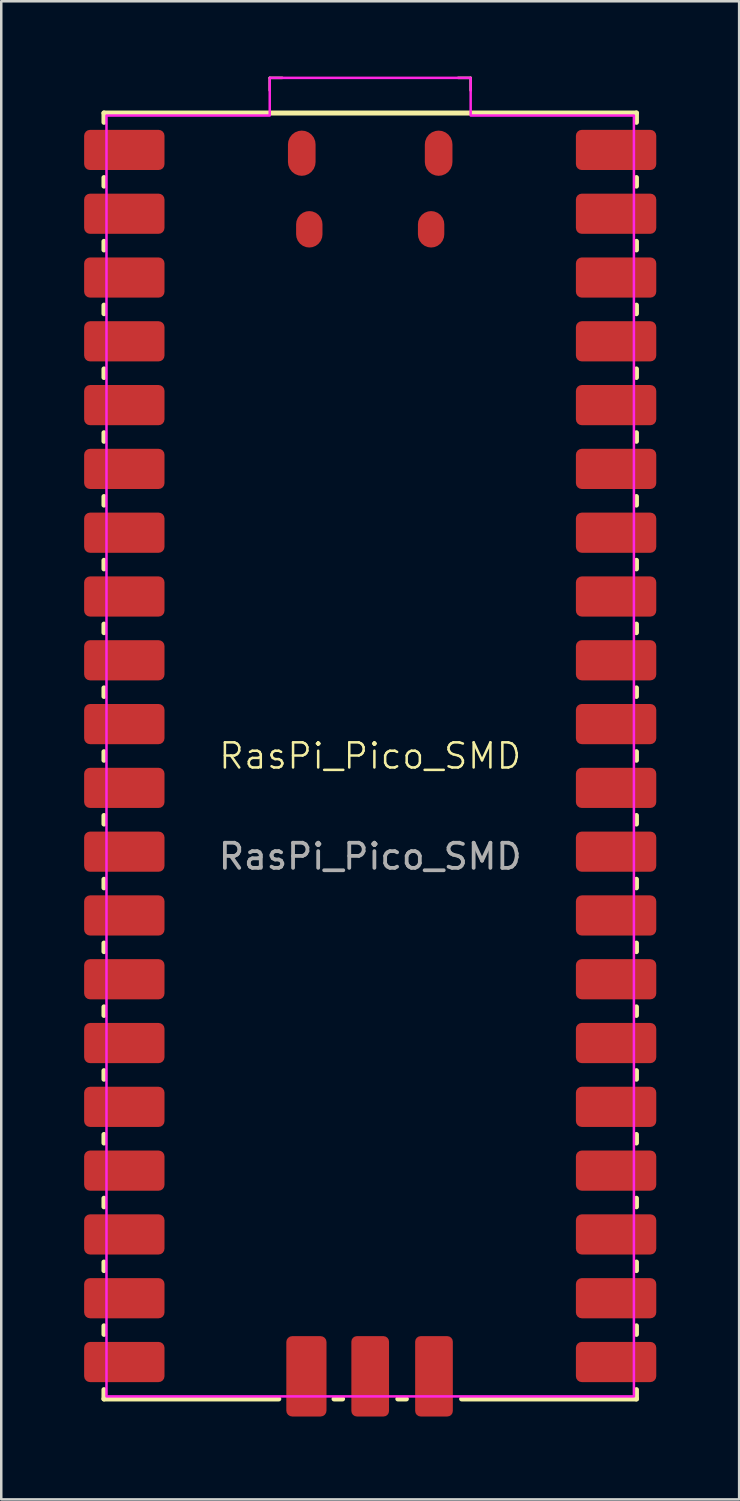
<source format=kicad_pcb>
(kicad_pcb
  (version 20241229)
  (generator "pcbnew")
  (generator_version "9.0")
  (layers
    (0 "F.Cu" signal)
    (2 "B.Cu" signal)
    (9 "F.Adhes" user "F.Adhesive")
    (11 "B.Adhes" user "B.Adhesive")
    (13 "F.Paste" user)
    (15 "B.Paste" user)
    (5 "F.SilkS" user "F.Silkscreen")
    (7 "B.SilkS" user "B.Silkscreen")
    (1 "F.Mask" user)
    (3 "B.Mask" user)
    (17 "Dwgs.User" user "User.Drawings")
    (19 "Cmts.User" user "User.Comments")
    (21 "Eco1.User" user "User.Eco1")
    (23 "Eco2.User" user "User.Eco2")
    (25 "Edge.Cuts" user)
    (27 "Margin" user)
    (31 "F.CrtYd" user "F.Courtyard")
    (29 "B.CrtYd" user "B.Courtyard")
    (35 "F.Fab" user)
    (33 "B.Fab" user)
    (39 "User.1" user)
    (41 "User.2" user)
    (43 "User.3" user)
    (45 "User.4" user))
  (footprint "RasPi_Pico_SMD"
    (layer "F.Cu")
    (at 11.69 27.05)
    (property "Reference" "RasPi_Pico_SMD" (at 0 0 0) (unlocked yes) (layer "F.SilkS") (effects (font (size 1 1) (thickness 0.1))))
    (attr through_hole)
    (fp_line (start -10.6 -25.6) (end 10.6 -25.6) (stroke (width 0.2) (type solid)) (layer "F.SilkS"))
    (fp_line (start -10.6 -25.23) (end -10.6 -25.6) (stroke (width 0.2) (type solid)) (layer "F.SilkS"))
    (fp_line (start -10.6 -22.69) (end -10.6 -23.03) (stroke (width 0.2) (type solid)) (layer "F.SilkS"))
    (fp_line (start -10.6 -20.15) (end -10.6 -20.49) (stroke (width 0.2) (type solid)) (layer "F.SilkS"))
    (fp_line (start -10.6 -17.61) (end -10.6 -17.95) (stroke (width 0.2) (type solid)) (layer "F.SilkS"))
    (fp_line (start -10.6 -15.07) (end -10.6 -15.41) (stroke (width 0.2) (type solid)) (layer "F.SilkS"))
    (fp_line (start -10.6 -12.53) (end -10.6 -12.87) (stroke (width 0.2) (type solid)) (layer "F.SilkS"))
    (fp_line (start -10.6 -9.99) (end -10.6 -10.33) (stroke (width 0.2) (type solid)) (layer "F.SilkS"))
    (fp_line (start -10.6 -7.45) (end -10.6 -7.79) (stroke (width 0.2) (type solid)) (layer "F.SilkS"))
    (fp_line (start -10.6 -4.91) (end -10.6 -5.25) (stroke (width 0.2) (type solid)) (layer "F.SilkS"))
    (fp_line (start -10.6 -2.37) (end -10.6 -2.71) (stroke (width 0.2) (type solid)) (layer "F.SilkS"))
    (fp_line (start -10.6 0.17) (end -10.6 -0.17) (stroke (width 0.2) (type solid)) (layer "F.SilkS"))
    (fp_line (start -10.6 2.71) (end -10.6 2.37) (stroke (width 0.2) (type solid)) (layer "F.SilkS"))
    (fp_line (start -10.6 5.25) (end -10.6 4.91) (stroke (width 0.2) (type solid)) (layer "F.SilkS"))
    (fp_line (start -10.6 7.79) (end -10.6 7.45) (stroke (width 0.2) (type solid)) (layer "F.SilkS"))
    (fp_line (start -10.6 10.33) (end -10.6 9.99) (stroke (width 0.2) (type solid)) (layer "F.SilkS"))
    (fp_line (start -10.6 12.87) (end -10.6 12.53) (stroke (width 0.2) (type solid)) (layer "F.SilkS"))
    (fp_line (start -10.6 15.41) (end -10.6 15.07) (stroke (width 0.2) (type solid)) (layer "F.SilkS"))
    (fp_line (start -10.6 17.95) (end -10.6 17.61) (stroke (width 0.2) (type solid)) (layer "F.SilkS"))
    (fp_line (start -10.6 20.49) (end -10.6 20.15) (stroke (width 0.2) (type solid)) (layer "F.SilkS"))
    (fp_line (start -10.6 23.03) (end -10.6 22.69) (stroke (width 0.2) (type solid)) (layer "F.SilkS"))
    (fp_line (start -10.6 25.23) (end -10.6 25.6) (stroke (width 0.2) (type solid)) (layer "F.SilkS"))
    (fp_line (start -4 -26.5) (end -4 -27) (stroke (width 0.1) (type default)) (layer "F.SilkS"))
    (fp_line (start -3.64 25.6) (end -10.6 25.6) (stroke (width 0.2) (type solid)) (layer "F.SilkS"))
    (fp_line (start -3.5 -27) (end -4 -27) (stroke (width 0.1) (type default)) (layer "F.SilkS"))
    (fp_line (start -1.1 25.6) (end -1.44 25.6) (stroke (width 0.2) (type solid)) (layer "F.SilkS"))
    (fp_line (start 1.44 25.6) (end 1.1 25.6) (stroke (width 0.2) (type solid)) (layer "F.SilkS"))
    (fp_line (start 4 -27) (end 3.5 -27) (stroke (width 0.1) (type default)) (layer "F.SilkS"))
    (fp_line (start 4 -26.5) (end 4 -27) (stroke (width 0.1) (type default)) (layer "F.SilkS"))
    (fp_line (start 10.6 -25.23) (end 10.6 -25.6) (stroke (width 0.2) (type solid)) (layer "F.SilkS"))
    (fp_line (start 10.6 -23.03) (end 10.6 -22.69) (stroke (width 0.2) (type solid)) (layer "F.SilkS"))
    (fp_line (start 10.6 -20.49) (end 10.6 -20.15) (stroke (width 0.2) (type solid)) (layer "F.SilkS"))
    (fp_line (start 10.6 -17.95) (end 10.6 -17.61) (stroke (width 0.2) (type solid)) (layer "F.SilkS"))
    (fp_line (start 10.6 -15.41) (end 10.6 -15.07) (stroke (width 0.2) (type solid)) (layer "F.SilkS"))
    (fp_line (start 10.6 -12.87) (end 10.6 -12.53) (stroke (width 0.2) (type solid)) (layer "F.SilkS"))
    (fp_line (start 10.6 -10.33) (end 10.6 -9.99) (stroke (width 0.2) (type solid)) (layer "F.SilkS"))
    (fp_line (start 10.6 -7.79) (end 10.6 -7.45) (stroke (width 0.2) (type solid)) (layer "F.SilkS"))
    (fp_line (start 10.6 -5.25) (end 10.6 -4.91) (stroke (width 0.2) (type solid)) (layer "F.SilkS"))
    (fp_line (start 10.6 -2.71) (end 10.6 -2.37) (stroke (width 0.2) (type solid)) (layer "F.SilkS"))
    (fp_line (start 10.6 -0.17) (end 10.6 0.17) (stroke (width 0.2) (type solid)) (layer "F.SilkS"))
    (fp_line (start 10.6 2.37) (end 10.6 2.71) (stroke (width 0.2) (type solid)) (layer "F.SilkS"))
    (fp_line (start 10.6 4.91) (end 10.6 5.25) (stroke (width 0.2) (type solid)) (layer "F.SilkS"))
    (fp_line (start 10.6 7.45) (end 10.6 7.79) (stroke (width 0.2) (type solid)) (layer "F.SilkS"))
    (fp_line (start 10.6 9.99) (end 10.6 10.33) (stroke (width 0.2) (type solid)) (layer "F.SilkS"))
    (fp_line (start 10.6 12.53) (end 10.6 12.87) (stroke (width 0.2) (type solid)) (layer "F.SilkS"))
    (fp_line (start 10.6 15.07) (end 10.6 15.41) (stroke (width 0.2) (type solid)) (layer "F.SilkS"))
    (fp_line (start 10.6 17.61) (end 10.6 17.95) (stroke (width 0.2) (type solid)) (layer "F.SilkS"))
    (fp_line (start 10.6 20.15) (end 10.6 20.49) (stroke (width 0.2) (type solid)) (layer "F.SilkS"))
    (fp_line (start 10.6 22.69) (end 10.6 23.03) (stroke (width 0.2) (type solid)) (layer "F.SilkS"))
    (fp_line (start 10.6 25.23) (end 10.6 25.6) (stroke (width 0.2) (type solid)) (layer "F.SilkS"))
    (fp_line (start 10.6 25.6) (end 3.64 25.6) (stroke (width 0.2) (type solid)) (layer "F.SilkS"))
    (fp_rect (start -11.69 -25.23) (end -7.89 -23.03) (stroke (width 0) (type solid)) (fill yes) (layer "F.Paste"))
    (fp_rect (start -11.69 -22.69) (end -7.89 -20.49) (stroke (width 0) (type solid)) (fill yes) (layer "F.Paste"))
    (fp_rect (start -11.69 -20.15) (end -7.89 -17.95) (stroke (width 0) (type solid)) (fill yes) (layer "F.Paste"))
    (fp_rect (start -11.69 -17.61) (end -7.89 -15.41) (stroke (width 0) (type solid)) (fill yes) (layer "F.Paste"))
    (fp_rect (start -11.69 -15.07) (end -7.89 -12.87) (stroke (width 0) (type solid)) (fill yes) (layer "F.Paste"))
    (fp_rect (start -11.69 -12.53) (end -7.89 -10.33) (stroke (width 0) (type solid)) (fill yes) (layer "F.Paste"))
    (fp_rect (start -11.69 -9.99) (end -7.89 -7.79) (stroke (width 0) (type solid)) (fill yes) (layer "F.Paste"))
    (fp_rect (start -11.69 -7.45) (end -7.89 -5.25) (stroke (width 0) (type solid)) (fill yes) (layer "F.Paste"))
    (fp_rect (start -11.69 -4.91) (end -7.89 -2.71) (stroke (width 0) (type solid)) (fill yes) (layer "F.Paste"))
    (fp_rect (start -11.69 -2.37) (end -7.89 -0.17) (stroke (width 0) (type solid)) (fill yes) (layer "F.Paste"))
    (fp_rect (start -11.69 0.17) (end -7.89 2.37) (stroke (width 0) (type solid)) (fill yes) (layer "F.Paste"))
    (fp_rect (start -11.69 2.71) (end -7.89 4.91) (stroke (width 0) (type solid)) (fill yes) (layer "F.Paste"))
    (fp_rect (start -11.69 5.25) (end -7.89 7.45) (stroke (width 0) (type solid)) (fill yes) (layer "F.Paste"))
    (fp_rect (start -11.69 7.79) (end -7.89 9.99) (stroke (width 0) (type solid)) (fill yes) (layer "F.Paste"))
    (fp_rect (start -11.69 10.33) (end -7.89 12.53) (stroke (width 0) (type solid)) (fill yes) (layer "F.Paste"))
    (fp_rect (start -11.69 12.87) (end -7.89 15.07) (stroke (width 0) (type solid)) (fill yes) (layer "F.Paste"))
    (fp_rect (start -11.69 15.41) (end -7.89 17.61) (stroke (width 0) (type solid)) (fill yes) (layer "F.Paste"))
    (fp_rect (start -11.69 17.95) (end -7.89 20.15) (stroke (width 0) (type solid)) (fill yes) (layer "F.Paste"))
    (fp_rect (start -11.69 20.49) (end -7.89 22.69) (stroke (width 0) (type solid)) (fill yes) (layer "F.Paste"))
    (fp_rect (start -11.69 23.03) (end -7.89 25.23) (stroke (width 0) (type solid)) (fill yes) (layer "F.Paste"))
    (fp_rect (start -3.64 22.8) (end -1.44 26.6) (stroke (width 0) (type solid)) (fill yes) (layer "F.Paste"))
    (fp_rect (start -1.1 22.8) (end 1.1 26.6) (stroke (width 0) (type solid)) (fill yes) (layer "F.Paste"))
    (fp_rect (start 1.44 22.8) (end 3.64 26.6) (stroke (width 0) (type solid)) (fill yes) (layer "F.Paste"))
    (fp_rect (start 7.89 -25.23) (end 11.69 -23.03) (stroke (width 0) (type solid)) (fill yes) (layer "F.Paste"))
    (fp_rect (start 7.89 -22.69) (end 11.69 -20.49) (stroke (width 0) (type solid)) (fill yes) (layer "F.Paste"))
    (fp_rect (start 7.89 -20.15) (end 11.69 -17.95) (stroke (width 0) (type solid)) (fill yes) (layer "F.Paste"))
    (fp_rect (start 7.89 -17.61) (end 11.69 -15.41) (stroke (width 0) (type solid)) (fill yes) (layer "F.Paste"))
    (fp_rect (start 7.89 -15.07) (end 11.69 -12.87) (stroke (width 0) (type solid)) (fill yes) (layer "F.Paste"))
    (fp_rect (start 7.89 -12.53) (end 11.69 -10.33) (stroke (width 0) (type solid)) (fill yes) (layer "F.Paste"))
    (fp_rect (start 7.89 -9.99) (end 11.69 -7.79) (stroke (width 0) (type solid)) (fill yes) (layer "F.Paste"))
    (fp_rect (start 7.89 -7.45) (end 11.69 -5.25) (stroke (width 0) (type solid)) (fill yes) (layer "F.Paste"))
    (fp_rect (start 7.89 -4.91) (end 11.69 -2.71) (stroke (width 0) (type solid)) (fill yes) (layer "F.Paste"))
    (fp_rect (start 7.89 -2.37) (end 11.69 -0.17) (stroke (width 0) (type solid)) (fill yes) (layer "F.Paste"))
    (fp_rect (start 7.89 0.17) (end 11.69 2.37) (stroke (width 0) (type solid)) (fill yes) (layer "F.Paste"))
    (fp_rect (start 7.89 2.71) (end 11.69 4.91) (stroke (width 0) (type solid)) (fill yes) (layer "F.Paste"))
    (fp_rect (start 7.89 5.25) (end 11.69 7.45) (stroke (width 0) (type solid)) (fill yes) (layer "F.Paste"))
    (fp_rect (start 7.89 7.79) (end 11.69 9.99) (stroke (width 0) (type solid)) (fill yes) (layer "F.Paste"))
    (fp_rect (start 7.89 10.33) (end 11.69 12.53) (stroke (width 0) (type solid)) (fill yes) (layer "F.Paste"))
    (fp_rect (start 7.89 12.87) (end 11.69 15.07) (stroke (width 0) (type solid)) (fill yes) (layer "F.Paste"))
    (fp_rect (start 7.89 15.41) (end 11.69 17.61) (stroke (width 0) (type solid)) (fill yes) (layer "F.Paste"))
    (fp_rect (start 7.89 17.95) (end 11.69 20.15) (stroke (width 0) (type solid)) (fill yes) (layer "F.Paste"))
    (fp_rect (start 7.89 20.49) (end 11.69 22.69) (stroke (width 0) (type solid)) (fill yes) (layer "F.Paste"))
    (fp_rect (start 7.89 23.03) (end 11.69 25.23) (stroke (width 0) (type solid)) (fill yes) (layer "F.Paste"))
    (fp_poly (pts (xy 10.5 25.5) (xy -10.5 25.5) (xy -10.5 -25.5) (xy -4 -25.5) (xy -4 -27) (xy 4 -27) (xy 4 -25.5) (xy 10.5 -25.5)) (stroke (width 0.1) (type solid)) (fill no) (layer "F.CrtYd"))
    (fp_text user "${REFERENCE}" (at 0 4 0) (unlocked yes) (layer "F.Fab") (effects (font (size 1 1) (thickness 0.15))))
    (pad "" smd roundrect (at -2.725 -24) (size 1.1 1.8) (layers "F.Cu" "F.Mask") (roundrect_rratio 0.5))
    (pad "" smd roundrect (at -2.425 -20.97) (size 1.05 1.45) (layers "F.Cu" "F.Mask") (roundrect_rratio 0.5))
    (pad "" smd roundrect (at 2.425 -20.97) (size 1.05 1.45) (layers "F.Cu" "F.Mask") (roundrect_rratio 0.5))
    (pad "" smd roundrect (at 2.725 -24) (size 1.1 1.8) (layers "F.Cu" "F.Mask") (roundrect_rratio 0.5))
    (pad "1" smd roundrect (at -9.79 -24.13) (size 3.2 1.6) (layers "F.Cu" "F.Mask" "F.Paste") (roundrect_rratio 0.147))
    (pad "2" smd roundrect (at -9.79 -21.59) (size 3.2 1.6) (layers "F.Cu" "F.Mask" "F.Paste") (roundrect_rratio 0.147))
    (pad "3" smd roundrect (at -9.79 -19.05) (size 3.2 1.6) (layers "F.Cu" "F.Mask" "F.Paste") (roundrect_rratio 0.147))
    (pad "4" smd roundrect (at -9.79 -16.51) (size 3.2 1.6) (layers "F.Cu" "F.Mask" "F.Paste") (roundrect_rratio 0.147))
    (pad "5" smd roundrect (at -9.79 -13.97) (size 3.2 1.6) (layers "F.Cu" "F.Mask" "F.Paste") (roundrect_rratio 0.147))
    (pad "6" smd roundrect (at -9.79 -11.43) (size 3.2 1.6) (layers "F.Cu" "F.Mask" "F.Paste") (roundrect_rratio 0.147))
    (pad "7" smd roundrect (at -9.79 -8.89) (size 3.2 1.6) (layers "F.Cu" "F.Mask" "F.Paste") (roundrect_rratio 0.147))
    (pad "8" smd roundrect (at -9.79 -6.35) (size 3.2 1.6) (layers "F.Cu" "F.Mask" "F.Paste") (roundrect_rratio 0.147))
    (pad "9" smd roundrect (at -9.79 -3.81) (size 3.2 1.6) (layers "F.Cu" "F.Mask" "F.Paste") (roundrect_rratio 0.147))
    (pad "10" smd roundrect (at -9.79 -1.27) (size 3.2 1.6) (layers "F.Cu" "F.Mask" "F.Paste") (roundrect_rratio 0.147))
    (pad "11" smd roundrect (at -9.79 1.27) (size 3.2 1.6) (layers "F.Cu" "F.Mask" "F.Paste") (roundrect_rratio 0.147))
    (pad "12" smd roundrect (at -9.79 3.81) (size 3.2 1.6) (layers "F.Cu" "F.Mask" "F.Paste") (roundrect_rratio 0.147))
    (pad "13" smd roundrect (at -9.79 6.35) (size 3.2 1.6) (layers "F.Cu" "F.Mask" "F.Paste") (roundrect_rratio 0.147))
    (pad "14" smd roundrect (at -9.79 8.89) (size 3.2 1.6) (layers "F.Cu" "F.Mask" "F.Paste") (roundrect_rratio 0.147))
    (pad "15" smd roundrect (at -9.79 11.43) (size 3.2 1.6) (layers "F.Cu" "F.Mask" "F.Paste") (roundrect_rratio 0.147))
    (pad "16" smd roundrect (at -9.79 13.97) (size 3.2 1.6) (layers "F.Cu" "F.Mask" "F.Paste") (roundrect_rratio 0.147))
    (pad "17" smd roundrect (at -9.79 16.51) (size 3.2 1.6) (layers "F.Cu" "F.Mask" "F.Paste") (roundrect_rratio 0.147))
    (pad "18" smd roundrect (at -9.79 19.05) (size 3.2 1.6) (layers "F.Cu" "F.Mask" "F.Paste") (roundrect_rratio 0.147))
    (pad "19" smd roundrect (at -9.79 21.59) (size 3.2 1.6) (layers "F.Cu" "F.Mask" "F.Paste") (roundrect_rratio 0.147))
    (pad "20" smd roundrect (at -9.79 24.13) (size 3.2 1.6) (layers "F.Cu" "F.Mask" "F.Paste") (roundrect_rratio 0.147))
    (pad "21" smd roundrect (at 9.79 24.13) (size 3.2 1.6) (layers "F.Cu" "F.Mask" "F.Paste") (roundrect_rratio 0.147))
    (pad "22" smd roundrect (at 9.79 21.59) (size 3.2 1.6) (layers "F.Cu" "F.Mask" "F.Paste") (roundrect_rratio 0.147))
    (pad "23" smd roundrect (at 9.79 19.05) (size 3.2 1.6) (layers "F.Cu" "F.Mask" "F.Paste") (roundrect_rratio 0.147))
    (pad "24" smd roundrect (at 9.79 16.51) (size 3.2 1.6) (layers "F.Cu" "F.Mask" "F.Paste") (roundrect_rratio 0.147))
    (pad "25" smd roundrect (at 9.79 13.97) (size 3.2 1.6) (layers "F.Cu" "F.Mask" "F.Paste") (roundrect_rratio 0.147))
    (pad "26" smd roundrect (at 9.79 11.43) (size 3.2 1.6) (layers "F.Cu" "F.Mask" "F.Paste") (roundrect_rratio 0.147))
    (pad "27" smd roundrect (at 9.79 8.89) (size 3.2 1.6) (layers "F.Cu" "F.Mask" "F.Paste") (roundrect_rratio 0.147))
    (pad "28" smd roundrect (at 9.79 6.35) (size 3.2 1.6) (layers "F.Cu" "F.Mask" "F.Paste") (roundrect_rratio 0.147))
    (pad "29" smd roundrect (at 9.79 3.81) (size 3.2 1.6) (layers "F.Cu" "F.Mask" "F.Paste") (roundrect_rratio 0.147))
    (pad "30" smd roundrect (at 9.79 1.27) (size 3.2 1.6) (layers "F.Cu" "F.Mask" "F.Paste") (roundrect_rratio 0.147))
    (pad "31" smd roundrect (at 9.79 -1.27) (size 3.2 1.6) (layers "F.Cu" "F.Mask" "F.Paste") (roundrect_rratio 0.147))
    (pad "32" smd roundrect (at 9.79 -3.81) (size 3.2 1.6) (layers "F.Cu" "F.Mask" "F.Paste") (roundrect_rratio 0.147))
    (pad "33" smd roundrect (at 9.79 -6.35) (size 3.2 1.6) (layers "F.Cu" "F.Mask" "F.Paste") (roundrect_rratio 0.147))
    (pad "34" smd roundrect (at 9.79 -8.89) (size 3.2 1.6) (layers "F.Cu" "F.Mask" "F.Paste") (roundrect_rratio 0.147))
    (pad "35" smd roundrect (at 9.79 -11.43) (size 3.2 1.6) (layers "F.Cu" "F.Mask" "F.Paste") (roundrect_rratio 0.147))
    (pad "36" smd roundrect (at 9.79 -13.97) (size 3.2 1.6) (layers "F.Cu" "F.Mask" "F.Paste") (roundrect_rratio 0.147))
    (pad "37" smd roundrect (at 9.79 -16.51) (size 3.2 1.6) (layers "F.Cu" "F.Mask" "F.Paste") (roundrect_rratio 0.147))
    (pad "38" smd roundrect (at 9.79 -19.05) (size 3.2 1.6) (layers "F.Cu" "F.Mask" "F.Paste") (roundrect_rratio 0.147))
    (pad "39" smd roundrect (at 9.79 -21.59) (size 3.2 1.6) (layers "F.Cu" "F.Mask" "F.Paste") (roundrect_rratio 0.147))
    (pad "40" smd roundrect (at 9.79 -24.13) (size 3.2 1.6) (layers "F.Cu" "F.Mask" "F.Paste") (roundrect_rratio 0.147))
    (pad "41" smd roundrect (at -2.54 24.7 90) (size 3.2 1.6) (layers "F.Cu" "F.Mask") (roundrect_rratio 0.147))
    (pad "42" smd roundrect (at 0 24.7 90) (size 3.2 1.5) (layers "F.Cu" "F.Mask") (roundrect_rratio 0.147))
    (pad "43" smd roundrect (at 2.54 24.7 90) (size 3.2 1.5) (layers "F.Cu" "F.Mask") (roundrect_rratio 0.147))
    (zone (net_name "") (layer "F.Cu") (name "TP Keepout") (hatch full 0.5) (connect_pads) (min_thickness 0.25) (filled_areas_thickness no) (keepout (tracks not_allowed) (vias not_allowed) (pads not_allowed) (copperpour not_allowed) (footprints not_allowed)) (placement (enabled no)) (fill) (polygon (pts (xy 8.19 8.55) (xy 8.19 10.55) (xy 10.19 10.55) (xy 10.19 8.55))))
    (zone (net_name "") (layer "F.Cu") (name "TP Keepout") (hatch full 0.5) (connect_pads) (min_thickness 0.25) (filled_areas_thickness no) (keepout (tracks not_allowed) (vias not_allowed) (pads not_allowed) (copperpour not_allowed) (footprints not_allowed)) (placement (enabled no)) (fill) (polygon (pts (xy 8.19 11.05) (xy 8.19 13.05) (xy 10.19 13.05) (xy 10.19 11.05))))
    (zone (net_name "") (layer "F.Cu") (name "TP Keepout") (hatch full 0.5) (connect_pads) (min_thickness 0.25) (filled_areas_thickness no) (keepout (tracks not_allowed) (vias not_allowed) (pads not_allowed) (copperpour not_allowed) (footprints not_allowed)) (placement (enabled no)) (fill) (polygon (pts (xy 8.19 13.55) (xy 8.19 15.55) (xy 10.19 15.55) (xy 10.19 13.55))))
    (zone (net_name "") (layer "F.Cu") (name "USB Keepout") (hatch full 0.5) (connect_pads) (min_thickness 0.25) (filled_areas_thickness no) (keepout (tracks not_allowed) (vias not_allowed) (pads not_allowed) (copperpour not_allowed) (footprints not_allowed)) (placement (enabled no)) (fill) (polygon (pts (xy 8.19 1.55) (xy 8.19 6.55) (xy 8.69 7.05) (xy 14.69 7.05) (xy 15.19 6.55) (xy 15.19 1.55)))))
  (gr_rect
    (start -3 -3)
    (end 26.38 56.65)
    (stroke (width 0.1) (type default))
    (fill no)
    (layer "Edge.Cuts")))
</source>
